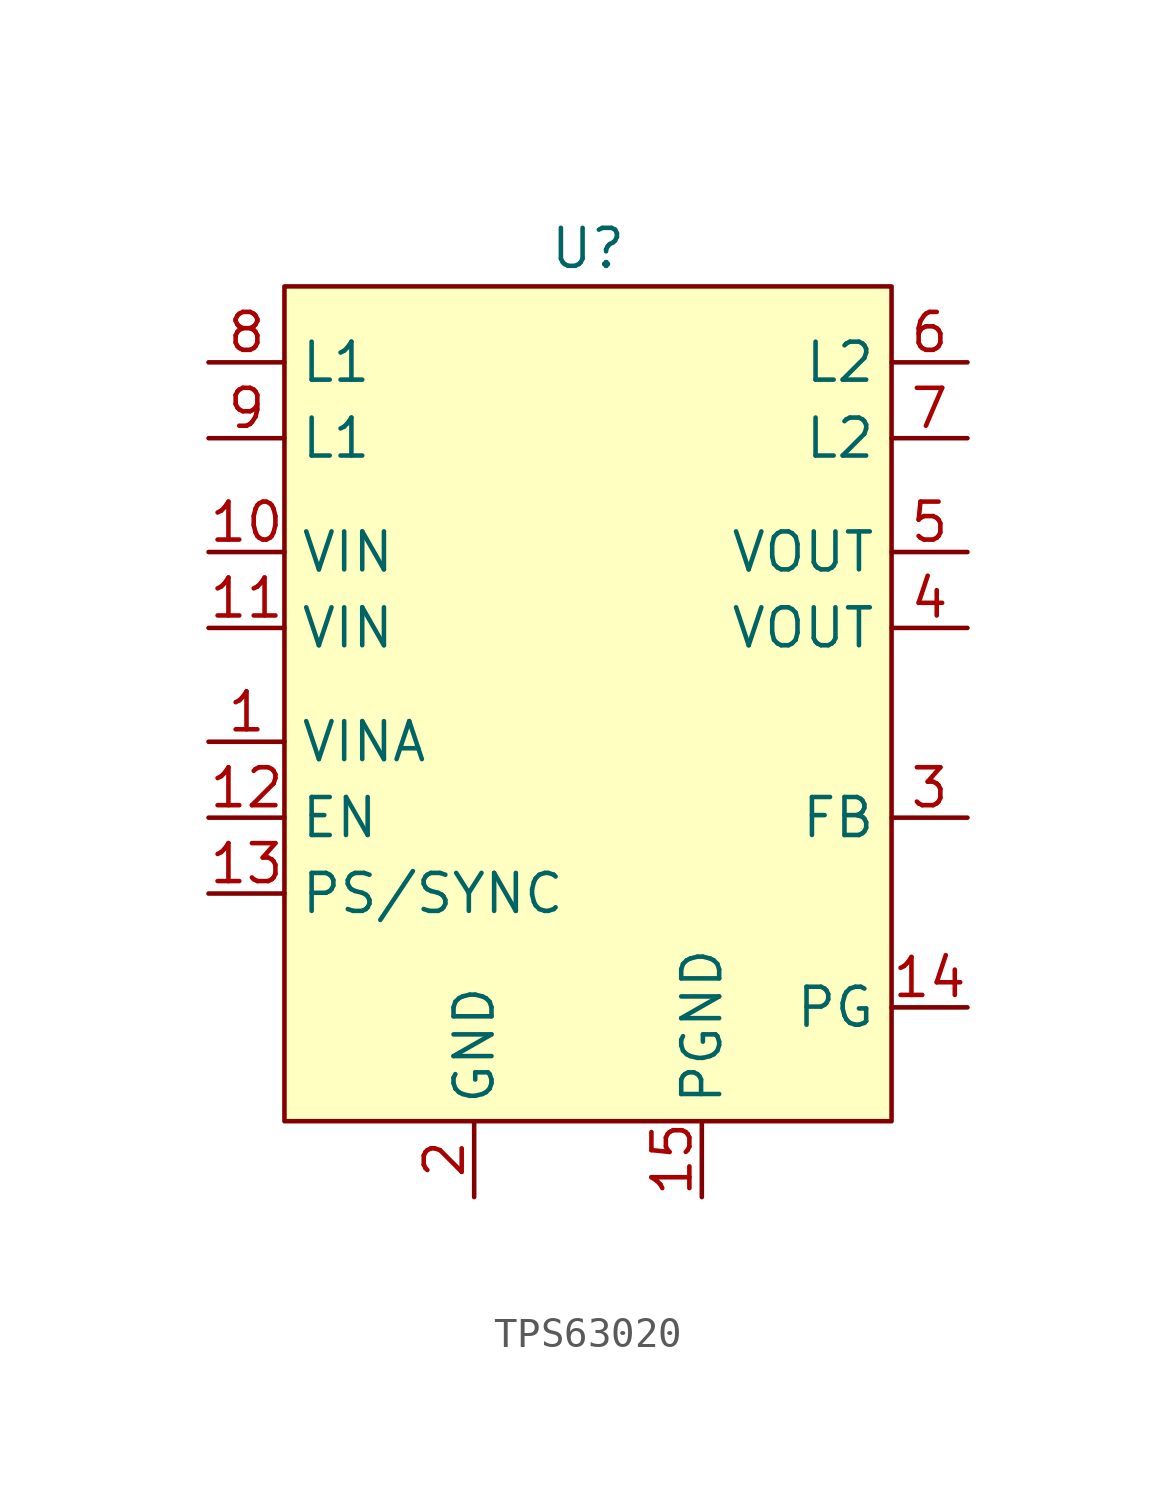
<source format=kicad_sym>
(kicad_symbol_lib
  (version 20220914)
  (generator kicad_symbol_editor)
  (symbol "TPS63020"
    (property "Reference" "U"
      (at 0 6.35 0)
      (effects (font (size 1.27 1.27))))
    (property "Value" ""
      (at 0 6.35 0)
      (effects (font (size 1.27 1.27))))
    (symbol "TPS63020_1_1"
      (rectangle (start -10.16 5.08) (end 10.16 -22.86) (stroke (width 0) (type default)) (fill (type background)))
      (pin input line (at -12.7 -10.16 0) (length 2.54) (name "VINA" (effects (font (size 1.27 1.27)))) (number "1" (effects (font (size 1.27 1.27)))))
      (pin input line (at -12.7 -3.81 0) (length 2.54) (name "VIN" (effects (font (size 1.27 1.27)))) (number "10" (effects (font (size 1.27 1.27)))))
      (pin input line (at -12.7 -6.35 0) (length 2.54) (name "VIN" (effects (font (size 1.27 1.27)))) (number "11" (effects (font (size 1.27 1.27)))))
      (pin input line (at -12.7 -12.7 0) (length 2.54) (name "EN" (effects (font (size 1.27 1.27)))) (number "12" (effects (font (size 1.27 1.27)))))
      (pin input line (at -12.7 -15.24 0) (length 2.54) (name "PS/SYNC" (effects (font (size 1.27 1.27)))) (number "13" (effects (font (size 1.27 1.27)))))
      (pin input line (at 12.7 -19.05 180) (length 2.54) (name "PG" (effects (font (size 1.27 1.27)))) (number "14" (effects (font (size 1.27 1.27)))))
      (pin input line (at 3.81 -25.4 90) (length 2.54) (name "PGND" (effects (font (size 1.27 1.27)))) (number "15" (effects (font (size 1.27 1.27)))))
      (pin input line (at -3.81 -25.4 90) (length 2.54) (name "GND" (effects (font (size 1.27 1.27)))) (number "2" (effects (font (size 1.27 1.27)))))
      (pin input line (at 12.7 -12.7 180) (length 2.54) (name "FB" (effects (font (size 1.27 1.27)))) (number "3" (effects (font (size 1.27 1.27)))))
      (pin input line (at 12.7 -6.35 180) (length 2.54) (name "VOUT" (effects (font (size 1.27 1.27)))) (number "4" (effects (font (size 1.27 1.27)))))
      (pin input line (at 12.7 -3.81 180) (length 2.54) (name "VOUT" (effects (font (size 1.27 1.27)))) (number "5" (effects (font (size 1.27 1.27)))))
      (pin input line (at 12.7 2.54 180) (length 2.54) (name "L2" (effects (font (size 1.27 1.27)))) (number "6" (effects (font (size 1.27 1.27)))))
      (pin input line (at 12.7 0 180) (length 2.54) (name "L2" (effects (font (size 1.27 1.27)))) (number "7" (effects (font (size 1.27 1.27)))))
      (pin input line (at -12.7 2.54 0) (length 2.54) (name "L1" (effects (font (size 1.27 1.27)))) (number "8" (effects (font (size 1.27 1.27)))))
      (pin input line (at -12.7 0 0) (length 2.54) (name "L1" (effects (font (size 1.27 1.27)))) (number "9" (effects (font (size 1.27 1.27))))))))
</source>
